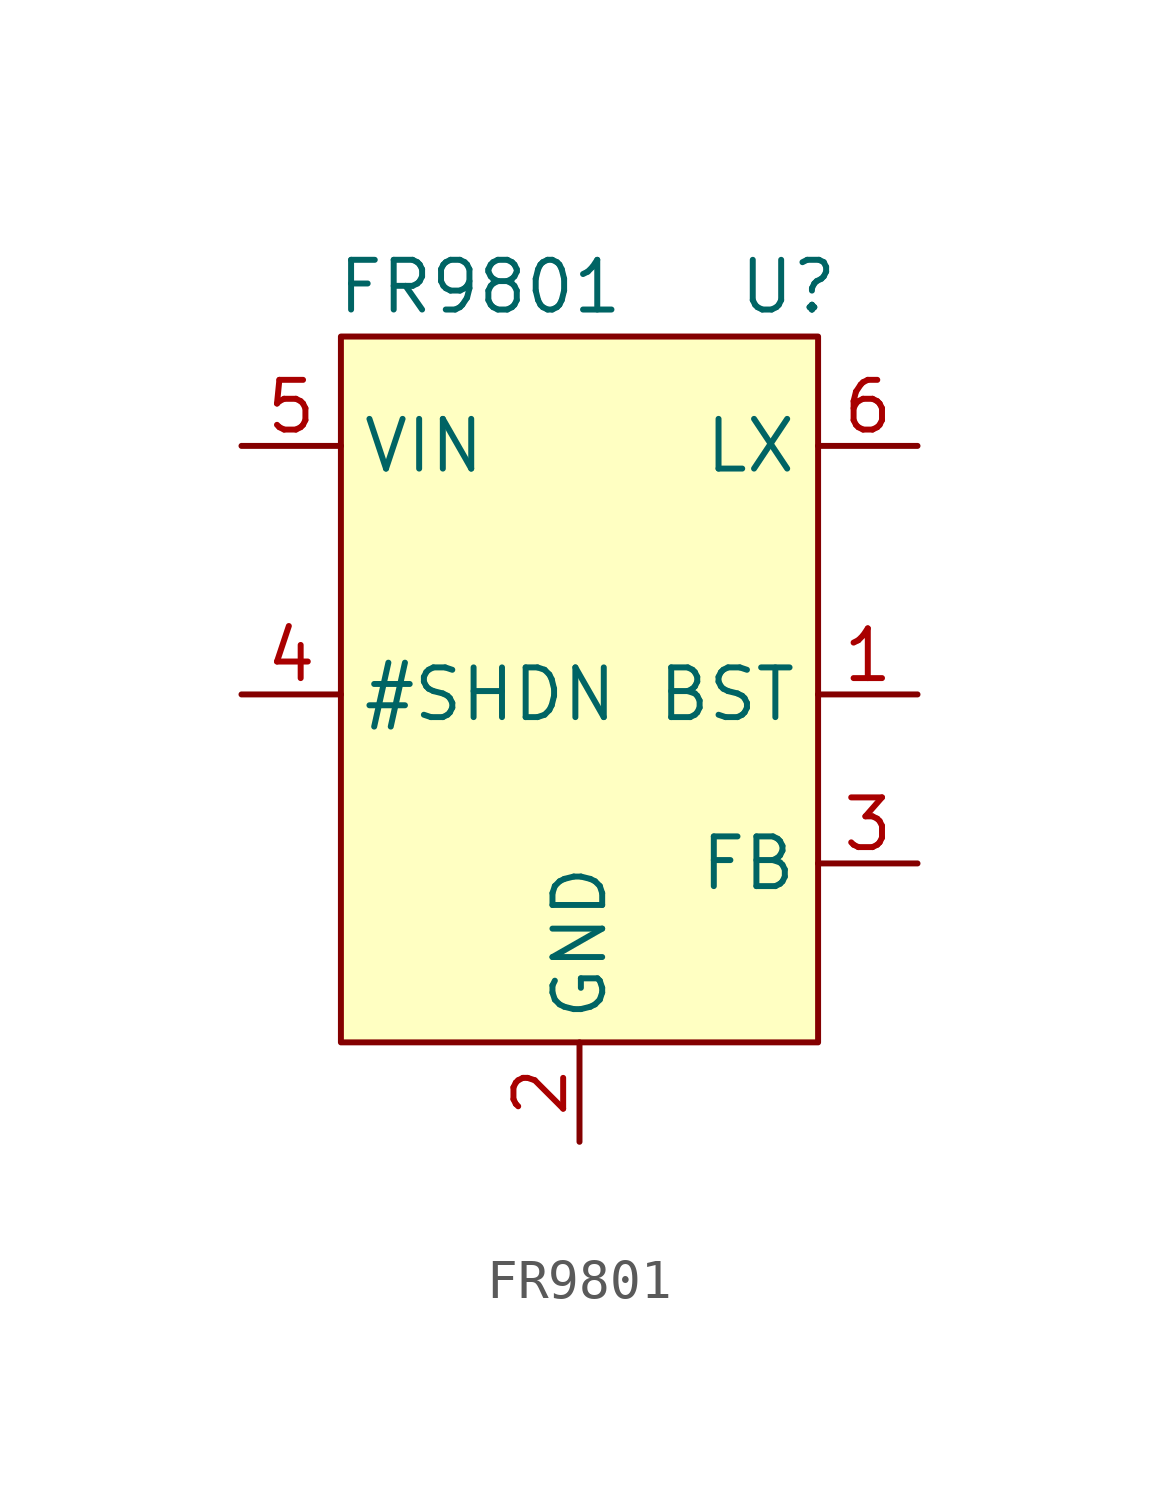
<source format=kicad_sym>
(kicad_symbol_lib
  (version 20220914)
  (generator kicad_symbol_editor)
  (symbol "FR9801"
    (property "Reference" "U"
      (at 13.97 4.064 0)
      (effects (font (size 1.27 1.27))))
    (property "Value" "FR9801"
      (at 6.096 4.064 0)
      (effects (font (size 1.27 1.27))))
    (symbol "FR9801_0_0"
      (pin input line (at 17.272 -6.35 180) (length 2.54) (name "BST" (effects (font (size 1.27 1.27)))) (number "1" (effects (font (size 1.27 1.27)))))
      (pin power_out line (at 8.636 -17.78 90) (length 2.54) (name "GND" (effects (font (size 1.27 1.27)))) (number "2" (effects (font (size 1.27 1.27)))))
      (pin input line (at 17.272 -10.668 180) (length 2.54) (name "FB" (effects (font (size 1.27 1.27)))) (number "3" (effects (font (size 1.27 1.27)))))
      (pin input line (at 0 -6.35 0) (length 2.54) (name "#SHDN" (effects (font (size 1.27 1.27)))) (number "4" (effects (font (size 1.27 1.27)))))
      (pin power_in line (at 0 0 0) (length 2.54) (name "VIN" (effects (font (size 1.27 1.27)))) (number "5" (effects (font (size 1.27 1.27)))))
      (pin power_out line (at 17.272 0 180) (length 2.54) (name "LX" (effects (font (size 1.27 1.27)))) (number "6" (effects (font (size 1.27 1.27))))))
    (symbol "FR9801_0_1"
      (rectangle (start 2.54 2.794) (end 14.732 -15.24) (stroke (width 0) (type default)) (fill (type background))))))
</source>
